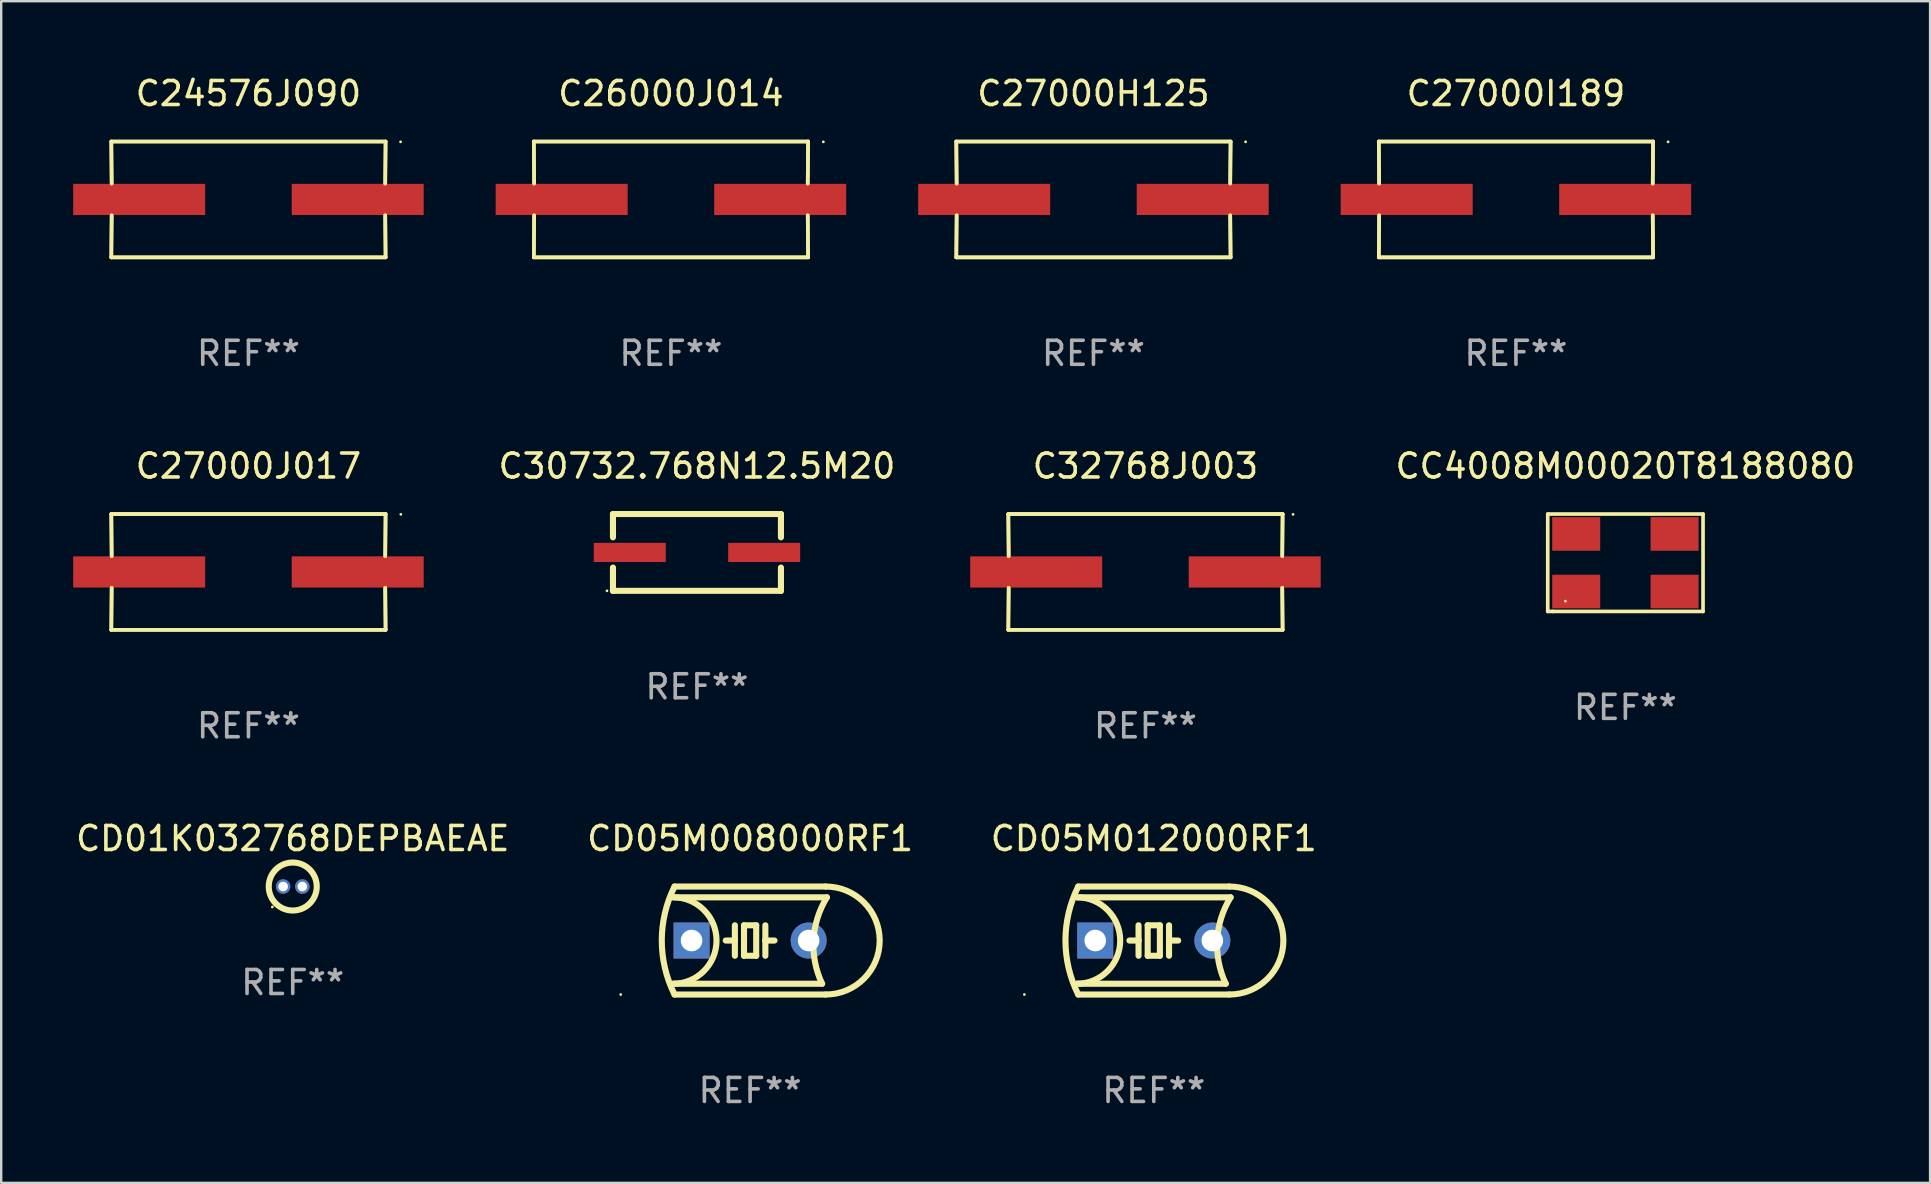
<source format=kicad_pcb>
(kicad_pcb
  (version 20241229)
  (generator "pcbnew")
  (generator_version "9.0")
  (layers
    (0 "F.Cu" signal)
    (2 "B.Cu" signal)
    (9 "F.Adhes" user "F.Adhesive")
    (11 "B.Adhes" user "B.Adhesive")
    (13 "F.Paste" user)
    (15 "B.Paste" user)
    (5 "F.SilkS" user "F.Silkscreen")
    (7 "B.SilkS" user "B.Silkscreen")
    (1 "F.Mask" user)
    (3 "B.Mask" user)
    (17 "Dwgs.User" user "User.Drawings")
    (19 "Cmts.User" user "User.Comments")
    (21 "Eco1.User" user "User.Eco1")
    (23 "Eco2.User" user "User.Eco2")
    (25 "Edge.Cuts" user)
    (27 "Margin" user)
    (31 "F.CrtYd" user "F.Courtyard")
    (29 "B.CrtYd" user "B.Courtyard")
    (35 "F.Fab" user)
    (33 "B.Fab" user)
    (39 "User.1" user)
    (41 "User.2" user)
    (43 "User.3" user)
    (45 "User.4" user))
  (footprint "CC4008M00020T8188080"
    (layer "F.Cu")
    (at 64.682 20.4)
    (property "Reference" "CC4008M00020T8188080" (at 0 -4.029 0) (layer "F.SilkS") (effects (font (size 1 1) (thickness 0.15))))
    (attr through_hole)
    (fp_line (start -3.236 -2.029) (end 3.236 -2.029) (stroke (width 0.152) (type solid)) (layer "F.SilkS"))
    (fp_line (start -3.236 2.029) (end -3.236 -2.029) (stroke (width 0.152) (type solid)) (layer "F.SilkS"))
    (fp_line (start -3.028 2.029) (end -3.236 2.029) (stroke (width 0.152) (type solid)) (layer "F.SilkS"))
    (fp_line (start 3.236 -2.029) (end 3.236 2.029) (stroke (width 0.152) (type solid)) (layer "F.SilkS"))
    (fp_line (start 3.236 2.029) (end -3.028 2.029) (stroke (width 0.152) (type solid)) (layer "F.SilkS"))
    (fp_circle (center -2.5 1.6) (end -2.47 1.6) (stroke (width 0.06) (type solid)) (fill no) (layer "F.SilkS"))
    (fp_text user "REF**" (at 0 6.029 0) (layer "F.Fab") (effects (font (size 1 1) (thickness 0.15))))
    (pad "1" smd rect (at -2.05 1.2) (size 2 1.4) (layers "F.Cu" "F.Mask" "F.Paste"))
    (pad "2" smd rect (at 2.05 1.2) (size 2 1.4) (layers "F.Cu" "F.Mask" "F.Paste"))
    (pad "3" smd rect (at 2.05 -1.2) (size 2 1.4) (layers "F.Cu" "F.Mask" "F.Paste"))
    (pad "4" smd rect (at -2.05 -1.2) (size 2 1.4) (layers "F.Cu" "F.Mask" "F.Paste")))
  (footprint "C30732.768N12.5M20"
    (layer "F.Cu")
    (at 25.993 19.971)
    (property "Reference" "C30732.768N12.5M20" (at 0 -3.6 0) (layer "F.SilkS") (effects (font (size 1 1) (thickness 0.15))))
    (attr through_hole)
    (fp_line (start -3.5 -1.6) (end -3.5 -0.631) (stroke (width 0.254) (type solid)) (layer "F.SilkS"))
    (fp_line (start -3.5 -1.6) (end 3.5 -1.6) (stroke (width 0.254) (type solid)) (layer "F.SilkS"))
    (fp_line (start -3.5 0.631) (end -3.5 1.6) (stroke (width 0.254) (type solid)) (layer "F.SilkS"))
    (fp_line (start -3.5 1.6) (end 3.5 1.6) (stroke (width 0.254) (type solid)) (layer "F.SilkS"))
    (fp_line (start 3.5 -1.6) (end 3.5 -0.631) (stroke (width 0.254) (type solid)) (layer "F.SilkS"))
    (fp_line (start 3.5 0.631) (end 3.5 1.6) (stroke (width 0.254) (type solid)) (layer "F.SilkS"))
    (fp_circle (center -3.75 1.6) (end -3.72 1.6) (stroke (width 0.06) (type solid)) (fill no) (layer "F.SilkS"))
    (fp_text user "REF**" (at 0 5.6 0) (layer "F.Fab") (effects (font (size 1 1) (thickness 0.15))))
    (pad "1" smd rect (at -2.8 0 90) (size 0.8 3) (layers "F.Cu" "F.Mask" "F.Paste"))
    (pad "2" smd rect (at 2.8 0 90) (size 0.8 3) (layers "F.Cu" "F.Mask" "F.Paste")))
  (footprint "C27000I189"
    (layer "F.Cu")
    (at 60.121 5.261)
    (property "Reference" "C27000I189" (at 0 -4.413 0) (layer "F.SilkS") (effects (font (size 1 1) (thickness 0.15))))
    (attr through_hole)
    (fp_line (start -5.715 -2.413) (end -5.7 -0.662) (stroke (width 0.152) (type solid)) (layer "F.SilkS"))
    (fp_line (start -5.715 -2.413) (end -5.7 -0.662) (stroke (width 0.152) (type solid)) (layer "F.SilkS"))
    (fp_line (start -5.715 2.413) (end 5.715 2.413) (stroke (width 0.152) (type solid)) (layer "F.SilkS"))
    (fp_line (start -5.715 2.413) (end 5.715 2.413) (stroke (width 0.152) (type solid)) (layer "F.SilkS"))
    (fp_line (start -5.7 0.662) (end -5.715 2.413) (stroke (width 0.152) (type solid)) (layer "F.SilkS"))
    (fp_line (start -5.7 0.662) (end -5.715 2.413) (stroke (width 0.152) (type solid)) (layer "F.SilkS"))
    (fp_line (start 5.7 -0.662) (end 5.715 -2.413) (stroke (width 0.152) (type solid)) (layer "F.SilkS"))
    (fp_line (start 5.7 -0.662) (end 5.715 -2.413) (stroke (width 0.152) (type solid)) (layer "F.SilkS"))
    (fp_line (start 5.715 -2.413) (end -5.715 -2.413) (stroke (width 0.152) (type solid)) (layer "F.SilkS"))
    (fp_line (start 5.715 -2.413) (end -5.715 -2.413) (stroke (width 0.152) (type solid)) (layer "F.SilkS"))
    (fp_line (start 5.715 2.413) (end 5.7 0.662) (stroke (width 0.152) (type solid)) (layer "F.SilkS"))
    (fp_line (start 5.715 2.413) (end 5.7 0.662) (stroke (width 0.152) (type solid)) (layer "F.SilkS"))
    (fp_circle (center 6.34 -2.4) (end 6.37 -2.4) (stroke (width 0.06) (type solid)) (fill no) (layer "F.SilkS"))
    (fp_text user "REF**" (at 0 6.413 0) (layer "F.Fab") (effects (font (size 1 1) (thickness 0.15))))
    (pad "1" smd rect (at 4.553 0) (size 5.5 1.3) (layers "F.Cu" "F.Mask" "F.Paste"))
    (pad "2" smd rect (at -4.553 0) (size 5.5 1.3) (layers "F.Cu" "F.Mask" "F.Paste")))
  (footprint "CD05M008000RF1"
    (layer "F.Cu")
    (at 28.208 36.143)
    (property "Reference" "CD05M008000RF1" (at 0 -4.25 0) (layer "F.SilkS") (effects (font (size 1 1) (thickness 0.15))))
    (attr through_hole)
    (fp_line (start -3.2 -1.8) (end 3.2 -1.8) (stroke (width 0.254) (type solid)) (layer "F.SilkS"))
    (fp_line (start -3.15 2.25) (end 3.15 2.25) (stroke (width 0.254) (type solid)) (layer "F.SilkS"))
    (fp_line (start -0.635 -0.635) (end -0.635 0) (stroke (width 0.254) (type solid)) (layer "F.SilkS"))
    (fp_line (start -0.635 0) (end -1.016 0) (stroke (width 0.254) (type solid)) (layer "F.SilkS"))
    (fp_line (start -0.635 0) (end -0.635 0.635) (stroke (width 0.254) (type solid)) (layer "F.SilkS"))
    (fp_line (start -0.254 -0.635) (end -0.254 0.635) (stroke (width 0.254) (type solid)) (layer "F.SilkS"))
    (fp_line (start -0.254 0.635) (end 0.254 0.635) (stroke (width 0.254) (type solid)) (layer "F.SilkS"))
    (fp_line (start 0.254 -0.635) (end -0.254 -0.635) (stroke (width 0.254) (type solid)) (layer "F.SilkS"))
    (fp_line (start 0.254 0.635) (end 0.254 -0.635) (stroke (width 0.254) (type solid)) (layer "F.SilkS"))
    (fp_line (start 0.635 -0.635) (end 0.635 0) (stroke (width 0.254) (type solid)) (layer "F.SilkS"))
    (fp_line (start 0.635 0) (end 0.635 0.635) (stroke (width 0.254) (type solid)) (layer "F.SilkS"))
    (fp_line (start 0.635 0) (end 1.016 0) (stroke (width 0.254) (type solid)) (layer "F.SilkS"))
    (fp_line (start 3 1.8) (end -3.2 1.8) (stroke (width 0.254) (type solid)) (layer "F.SilkS"))
    (fp_line (start 3.15 -2.25) (end -3.15 -2.25) (stroke (width 0.254) (type solid)) (layer "F.SilkS"))
    (fp_arc (start -3.200406 -1.800864) (mid -1.399974 -0.000635) (end -3.2 1.8) (stroke (width 0.254001) (type solid)) (layer "F.SilkS"))
    (fp_arc (start -3.149606 2.250444) (mid -3.680941 0.000261) (end -3.149987 -2.250013) (stroke (width 0.254001) (type solid)) (layer "F.SilkS"))
    (fp_arc (start 2.999746 1.800863) (mid 2.642982 -0.024977) (end 3.2 -1.8) (stroke (width 0.254001) (type solid)) (layer "F.SilkS"))
    (fp_arc (start 3.149607 -2.250445) (mid 5.399848 -0.000406) (end 3.149987 2.250013) (stroke (width 0.254001) (type solid)) (layer "F.SilkS"))
    (fp_circle (center -5.392 2.25) (end -5.362 2.25) (stroke (width 0.06) (type solid)) (fill no) (layer "F.SilkS"))
    (fp_text user "REF**" (at 0 6.25 0) (layer "F.Fab") (effects (font (size 1 1) (thickness 0.15))))
    (pad "1" thru_hole rect (at -2.44 0) (size 1.5 1.5) (drill 0.9) (layers "*.Cu" "*.Mask"))
    (pad "2" thru_hole circle (at 2.44 0) (size 1.5 1.5) (drill 0.9) (layers "*.Cu" "*.Mask")))
  (footprint "CD05M012000RF1"
    (layer "F.Cu")
    (at 45.03 36.143)
    (property "Reference" "CD05M012000RF1" (at 0 -4.25 0) (layer "F.SilkS") (effects (font (size 1 1) (thickness 0.15))))
    (attr through_hole)
    (fp_line (start -3.2 -1.8) (end 3.2 -1.8) (stroke (width 0.254) (type solid)) (layer "F.SilkS"))
    (fp_line (start -3.15 2.25) (end 3.15 2.25) (stroke (width 0.254) (type solid)) (layer "F.SilkS"))
    (fp_line (start -0.635 -0.635) (end -0.635 0) (stroke (width 0.254) (type solid)) (layer "F.SilkS"))
    (fp_line (start -0.635 0) (end -1.016 0) (stroke (width 0.254) (type solid)) (layer "F.SilkS"))
    (fp_line (start -0.635 0) (end -0.635 0.635) (stroke (width 0.254) (type solid)) (layer "F.SilkS"))
    (fp_line (start -0.254 -0.635) (end -0.254 0.635) (stroke (width 0.254) (type solid)) (layer "F.SilkS"))
    (fp_line (start -0.254 0.635) (end 0.254 0.635) (stroke (width 0.254) (type solid)) (layer "F.SilkS"))
    (fp_line (start 0.254 -0.635) (end -0.254 -0.635) (stroke (width 0.254) (type solid)) (layer "F.SilkS"))
    (fp_line (start 0.254 0.635) (end 0.254 -0.635) (stroke (width 0.254) (type solid)) (layer "F.SilkS"))
    (fp_line (start 0.635 -0.635) (end 0.635 0) (stroke (width 0.254) (type solid)) (layer "F.SilkS"))
    (fp_line (start 0.635 0) (end 0.635 0.635) (stroke (width 0.254) (type solid)) (layer "F.SilkS"))
    (fp_line (start 0.635 0) (end 1.016 0) (stroke (width 0.254) (type solid)) (layer "F.SilkS"))
    (fp_line (start 3 1.8) (end -3.2 1.8) (stroke (width 0.254) (type solid)) (layer "F.SilkS"))
    (fp_line (start 3.15 -2.25) (end -3.15 -2.25) (stroke (width 0.254) (type solid)) (layer "F.SilkS"))
    (fp_arc (start -3.200406 -1.800864) (mid -1.399974 -0.000635) (end -3.2 1.8) (stroke (width 0.254001) (type solid)) (layer "F.SilkS"))
    (fp_arc (start -3.149606 2.250444) (mid -3.680941 0.000261) (end -3.149987 -2.250013) (stroke (width 0.254001) (type solid)) (layer "F.SilkS"))
    (fp_arc (start 2.999746 1.800863) (mid 2.642982 -0.024977) (end 3.2 -1.8) (stroke (width 0.254001) (type solid)) (layer "F.SilkS"))
    (fp_arc (start 3.149607 -2.250445) (mid 5.399848 -0.000406) (end 3.149987 2.250013) (stroke (width 0.254001) (type solid)) (layer "F.SilkS"))
    (fp_circle (center -5.392 2.25) (end -5.362 2.25) (stroke (width 0.06) (type solid)) (fill no) (layer "F.SilkS"))
    (fp_text user "REF**" (at 0 6.25 0) (layer "F.Fab") (effects (font (size 1 1) (thickness 0.15))))
    (pad "1" thru_hole rect (at -2.44 0) (size 1.5 1.5) (drill 0.9) (layers "*.Cu" "*.Mask"))
    (pad "2" thru_hole circle (at 2.44 0) (size 1.5 1.5) (drill 0.9) (layers "*.Cu" "*.Mask")))
  (footprint "C27000H125"
    (layer "F.Cu")
    (at 42.515 5.261)
    (property "Reference" "C27000H125" (at 0 -4.413 0) (layer "F.SilkS") (effects (font (size 1 1) (thickness 0.15))))
    (attr through_hole)
    (fp_line (start -5.715 -2.413) (end -5.7 -0.662) (stroke (width 0.152) (type solid)) (layer "F.SilkS"))
    (fp_line (start -5.715 -2.413) (end -5.7 -0.662) (stroke (width 0.152) (type solid)) (layer "F.SilkS"))
    (fp_line (start -5.715 2.413) (end 5.715 2.413) (stroke (width 0.152) (type solid)) (layer "F.SilkS"))
    (fp_line (start -5.715 2.413) (end 5.715 2.413) (stroke (width 0.152) (type solid)) (layer "F.SilkS"))
    (fp_line (start -5.7 0.662) (end -5.715 2.413) (stroke (width 0.152) (type solid)) (layer "F.SilkS"))
    (fp_line (start -5.7 0.662) (end -5.715 2.413) (stroke (width 0.152) (type solid)) (layer "F.SilkS"))
    (fp_line (start 5.7 -0.662) (end 5.715 -2.413) (stroke (width 0.152) (type solid)) (layer "F.SilkS"))
    (fp_line (start 5.7 -0.662) (end 5.715 -2.413) (stroke (width 0.152) (type solid)) (layer "F.SilkS"))
    (fp_line (start 5.715 -2.413) (end -5.715 -2.413) (stroke (width 0.152) (type solid)) (layer "F.SilkS"))
    (fp_line (start 5.715 -2.413) (end -5.715 -2.413) (stroke (width 0.152) (type solid)) (layer "F.SilkS"))
    (fp_line (start 5.715 2.413) (end 5.7 0.662) (stroke (width 0.152) (type solid)) (layer "F.SilkS"))
    (fp_line (start 5.715 2.413) (end 5.7 0.662) (stroke (width 0.152) (type solid)) (layer "F.SilkS"))
    (fp_circle (center 6.34 -2.4) (end 6.37 -2.4) (stroke (width 0.06) (type solid)) (fill no) (layer "F.SilkS"))
    (fp_text user "REF**" (at 0 6.413 0) (layer "F.Fab") (effects (font (size 1 1) (thickness 0.15))))
    (pad "1" smd rect (at 4.553 0) (size 5.5 1.3) (layers "F.Cu" "F.Mask" "F.Paste"))
    (pad "2" smd rect (at -4.553 0) (size 5.5 1.3) (layers "F.Cu" "F.Mask" "F.Paste")))
  (footprint "C26000J014"
    (layer "F.Cu")
    (at 24.909 5.261)
    (property "Reference" "C26000J014" (at 0 -4.413 0) (layer "F.SilkS") (effects (font (size 1 1) (thickness 0.15))))
    (attr through_hole)
    (fp_line (start -5.715 -2.413) (end -5.7 -0.662) (stroke (width 0.152) (type solid)) (layer "F.SilkS"))
    (fp_line (start -5.715 -2.413) (end -5.7 -0.662) (stroke (width 0.152) (type solid)) (layer "F.SilkS"))
    (fp_line (start -5.715 2.413) (end 5.715 2.413) (stroke (width 0.152) (type solid)) (layer "F.SilkS"))
    (fp_line (start -5.715 2.413) (end 5.715 2.413) (stroke (width 0.152) (type solid)) (layer "F.SilkS"))
    (fp_line (start -5.7 0.662) (end -5.715 2.413) (stroke (width 0.152) (type solid)) (layer "F.SilkS"))
    (fp_line (start -5.7 0.662) (end -5.715 2.413) (stroke (width 0.152) (type solid)) (layer "F.SilkS"))
    (fp_line (start 5.7 -0.662) (end 5.715 -2.413) (stroke (width 0.152) (type solid)) (layer "F.SilkS"))
    (fp_line (start 5.7 -0.662) (end 5.715 -2.413) (stroke (width 0.152) (type solid)) (layer "F.SilkS"))
    (fp_line (start 5.715 -2.413) (end -5.715 -2.413) (stroke (width 0.152) (type solid)) (layer "F.SilkS"))
    (fp_line (start 5.715 -2.413) (end -5.715 -2.413) (stroke (width 0.152) (type solid)) (layer "F.SilkS"))
    (fp_line (start 5.715 2.413) (end 5.7 0.662) (stroke (width 0.152) (type solid)) (layer "F.SilkS"))
    (fp_line (start 5.715 2.413) (end 5.7 0.662) (stroke (width 0.152) (type solid)) (layer "F.SilkS"))
    (fp_circle (center 6.35 -2.4) (end 6.38 -2.4) (stroke (width 0.06) (type solid)) (fill no) (layer "F.SilkS"))
    (fp_text user "REF**" (at 0 6.413 0) (layer "F.Fab") (effects (font (size 1 1) (thickness 0.15))))
    (pad "1" smd rect (at 4.553 0) (size 5.5 1.3) (layers "F.Cu" "F.Mask" "F.Paste"))
    (pad "2" smd rect (at -4.553 0) (size 5.5 1.3) (layers "F.Cu" "F.Mask" "F.Paste")))
  (footprint "C27000J017"
    (layer "F.Cu")
    (at 7.303 20.784)
    (property "Reference" "C27000J017" (at 0 -4.413 0) (layer "F.SilkS") (effects (font (size 1 1) (thickness 0.15))))
    (attr through_hole)
    (fp_line (start -5.715 -2.413) (end -5.7 -0.662) (stroke (width 0.152) (type solid)) (layer "F.SilkS"))
    (fp_line (start -5.715 -2.413) (end -5.7 -0.662) (stroke (width 0.152) (type solid)) (layer "F.SilkS"))
    (fp_line (start -5.715 2.413) (end 5.715 2.413) (stroke (width 0.152) (type solid)) (layer "F.SilkS"))
    (fp_line (start -5.715 2.413) (end 5.715 2.413) (stroke (width 0.152) (type solid)) (layer "F.SilkS"))
    (fp_line (start -5.7 0.662) (end -5.715 2.413) (stroke (width 0.152) (type solid)) (layer "F.SilkS"))
    (fp_line (start -5.7 0.662) (end -5.715 2.413) (stroke (width 0.152) (type solid)) (layer "F.SilkS"))
    (fp_line (start 5.7 -0.662) (end 5.715 -2.413) (stroke (width 0.152) (type solid)) (layer "F.SilkS"))
    (fp_line (start 5.7 -0.662) (end 5.715 -2.413) (stroke (width 0.152) (type solid)) (layer "F.SilkS"))
    (fp_line (start 5.715 -2.413) (end -5.715 -2.413) (stroke (width 0.152) (type solid)) (layer "F.SilkS"))
    (fp_line (start 5.715 -2.413) (end -5.715 -2.413) (stroke (width 0.152) (type solid)) (layer "F.SilkS"))
    (fp_line (start 5.715 2.413) (end 5.7 0.662) (stroke (width 0.152) (type solid)) (layer "F.SilkS"))
    (fp_line (start 5.715 2.413) (end 5.7 0.662) (stroke (width 0.152) (type solid)) (layer "F.SilkS"))
    (fp_circle (center 6.35 -2.4) (end 6.38 -2.4) (stroke (width 0.06) (type solid)) (fill no) (layer "F.SilkS"))
    (fp_text user "REF**" (at 0 6.413 0) (layer "F.Fab") (effects (font (size 1 1) (thickness 0.15))))
    (pad "1" smd rect (at 4.553 0) (size 5.5 1.3) (layers "F.Cu" "F.Mask" "F.Paste"))
    (pad "2" smd rect (at -4.553 0) (size 5.5 1.3) (layers "F.Cu" "F.Mask" "F.Paste")))
  (footprint "CD01K032768DEPBAEAE"
    (layer "F.Cu")
    (at 9.149 33.893)
    (property "Reference" "CD01K032768DEPBAEAE" (at 0 -2 0) (layer "F.SilkS") (effects (font (size 1 1) (thickness 0.15))))
    (attr through_hole)
    (fp_circle (center -0.85 0.85) (end -0.82 0.85) (stroke (width 0.06) (type solid)) (fill no) (layer "F.SilkS"))
    (fp_circle (center 0 0) (end 1 0) (stroke (width 0.254) (type solid)) (fill no) (layer "F.SilkS"))
    (fp_text user "REF**" (at 0 4 0) (layer "F.Fab") (effects (font (size 1 1) (thickness 0.15))))
    (pad "1" thru_hole circle (at -0.4 0) (size 0.6 0.6) (drill 0.4) (layers "*.Cu" "*.Mask"))
    (pad "2" thru_hole circle (at 0.4 0) (size 0.6 0.6) (drill 0.4) (layers "*.Cu" "*.Mask")))
  (footprint "C32768J003"
    (layer "F.Cu")
    (at 44.683 20.784)
    (property "Reference" "C32768J003" (at 0 -4.413 0) (layer "F.SilkS") (effects (font (size 1 1) (thickness 0.15))))
    (attr through_hole)
    (fp_line (start -5.715 -2.413) (end -5.7 -0.662) (stroke (width 0.152) (type solid)) (layer "F.SilkS"))
    (fp_line (start -5.715 -2.413) (end -5.7 -0.662) (stroke (width 0.152) (type solid)) (layer "F.SilkS"))
    (fp_line (start -5.715 2.413) (end 5.715 2.413) (stroke (width 0.152) (type solid)) (layer "F.SilkS"))
    (fp_line (start -5.715 2.413) (end 5.715 2.413) (stroke (width 0.152) (type solid)) (layer "F.SilkS"))
    (fp_line (start -5.7 0.662) (end -5.715 2.413) (stroke (width 0.152) (type solid)) (layer "F.SilkS"))
    (fp_line (start -5.7 0.662) (end -5.715 2.413) (stroke (width 0.152) (type solid)) (layer "F.SilkS"))
    (fp_line (start 5.7 -0.662) (end 5.715 -2.413) (stroke (width 0.152) (type solid)) (layer "F.SilkS"))
    (fp_line (start 5.7 -0.662) (end 5.715 -2.413) (stroke (width 0.152) (type solid)) (layer "F.SilkS"))
    (fp_line (start 5.715 -2.413) (end -5.715 -2.413) (stroke (width 0.152) (type solid)) (layer "F.SilkS"))
    (fp_line (start 5.715 -2.413) (end -5.715 -2.413) (stroke (width 0.152) (type solid)) (layer "F.SilkS"))
    (fp_line (start 5.715 2.413) (end 5.7 0.662) (stroke (width 0.152) (type solid)) (layer "F.SilkS"))
    (fp_line (start 5.715 2.413) (end 5.7 0.662) (stroke (width 0.152) (type solid)) (layer "F.SilkS"))
    (fp_circle (center 6.15 -2.4) (end 6.18 -2.4) (stroke (width 0.06) (type solid)) (fill no) (layer "F.SilkS"))
    (fp_text user "REF**" (at 0 6.413 0) (layer "F.Fab") (effects (font (size 1 1) (thickness 0.15))))
    (pad "1" smd rect (at 4.553 0.000025) (size 5.5 1.3) (layers "F.Cu" "F.Mask" "F.Paste"))
    (pad "2" smd rect (at -4.553 0.000025) (size 5.5 1.3) (layers "F.Cu" "F.Mask" "F.Paste")))
  (footprint "C24576J090"
    (layer "F.Cu")
    (at 7.303 5.261)
    (property "Reference" "C24576J090" (at 0 -4.413 0) (layer "F.SilkS") (effects (font (size 1 1) (thickness 0.15))))
    (attr through_hole)
    (fp_line (start -5.715 -2.413) (end -5.7 -0.662) (stroke (width 0.152) (type solid)) (layer "F.SilkS"))
    (fp_line (start -5.715 -2.413) (end -5.7 -0.662) (stroke (width 0.152) (type solid)) (layer "F.SilkS"))
    (fp_line (start -5.715 2.413) (end 5.715 2.413) (stroke (width 0.152) (type solid)) (layer "F.SilkS"))
    (fp_line (start -5.715 2.413) (end 5.715 2.413) (stroke (width 0.152) (type solid)) (layer "F.SilkS"))
    (fp_line (start -5.7 0.662) (end -5.715 2.413) (stroke (width 0.152) (type solid)) (layer "F.SilkS"))
    (fp_line (start -5.7 0.662) (end -5.715 2.413) (stroke (width 0.152) (type solid)) (layer "F.SilkS"))
    (fp_line (start 5.7 -0.662) (end 5.715 -2.413) (stroke (width 0.152) (type solid)) (layer "F.SilkS"))
    (fp_line (start 5.7 -0.662) (end 5.715 -2.413) (stroke (width 0.152) (type solid)) (layer "F.SilkS"))
    (fp_line (start 5.715 -2.413) (end -5.715 -2.413) (stroke (width 0.152) (type solid)) (layer "F.SilkS"))
    (fp_line (start 5.715 -2.413) (end -5.715 -2.413) (stroke (width 0.152) (type solid)) (layer "F.SilkS"))
    (fp_line (start 5.715 2.413) (end 5.7 0.662) (stroke (width 0.152) (type solid)) (layer "F.SilkS"))
    (fp_line (start 5.715 2.413) (end 5.7 0.662) (stroke (width 0.152) (type solid)) (layer "F.SilkS"))
    (fp_circle (center 6.34 -2.4) (end 6.37 -2.4) (stroke (width 0.06) (type solid)) (fill no) (layer "F.SilkS"))
    (fp_text user "REF**" (at 0 6.413 0) (layer "F.Fab") (effects (font (size 1 1) (thickness 0.15))))
    (pad "1" smd rect (at 4.553 0) (size 5.5 1.3) (layers "F.Cu" "F.Mask" "F.Paste"))
    (pad "2" smd rect (at -4.553 0) (size 5.5 1.3) (layers "F.Cu" "F.Mask" "F.Paste")))
  (gr_rect
    (start -3 -3)
    (end 77.379 46.242)
    (stroke (width 0.1) (type default))
    (fill no)
    (layer "Edge.Cuts")))
</source>
